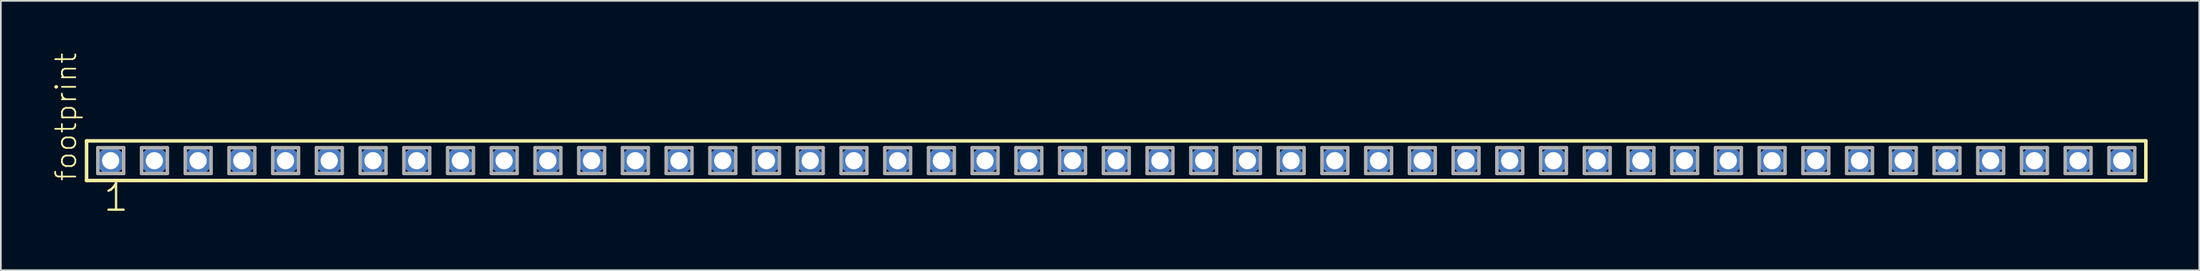
<source format=kicad_pcb>
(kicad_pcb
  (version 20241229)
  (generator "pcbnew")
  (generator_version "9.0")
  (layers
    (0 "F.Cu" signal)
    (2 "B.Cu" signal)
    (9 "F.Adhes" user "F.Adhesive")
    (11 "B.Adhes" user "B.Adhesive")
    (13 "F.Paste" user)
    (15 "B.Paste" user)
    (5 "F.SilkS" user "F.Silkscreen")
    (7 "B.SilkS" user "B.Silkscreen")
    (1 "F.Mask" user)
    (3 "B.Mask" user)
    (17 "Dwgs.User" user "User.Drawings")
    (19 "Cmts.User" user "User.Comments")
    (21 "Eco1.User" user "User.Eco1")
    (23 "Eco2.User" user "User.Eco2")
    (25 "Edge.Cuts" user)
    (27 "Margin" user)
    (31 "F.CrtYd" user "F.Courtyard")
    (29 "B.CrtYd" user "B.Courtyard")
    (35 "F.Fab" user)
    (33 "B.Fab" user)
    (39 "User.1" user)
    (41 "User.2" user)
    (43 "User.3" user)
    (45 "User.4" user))
  (footprint "footprint"
    (layer "F.Cu")
    (at 61.798 6.312)
    (property "Reference" "footprint" (at -60.325 1.27 90) (layer "F.SilkS") (effects (font (size 1.168 1.168) (thickness 0.102)) (justify left bottom)))
    (fp_line (start -59.819 -1.155) (end 59.819 -1.155) (stroke (width 0.203) (type solid)) (layer "F.SilkS"))
    (fp_line (start -59.819 1.155) (end -59.819 -1.155) (stroke (width 0.203) (type solid)) (layer "F.SilkS"))
    (fp_line (start 59.819 -1.155) (end 59.819 1.155) (stroke (width 0.203) (type solid)) (layer "F.SilkS"))
    (fp_line (start 59.819 1.155) (end -59.819 1.155) (stroke (width 0.203) (type solid)) (layer "F.SilkS"))
    (fp_line (start -59.165 -0.755) (end -57.665 -0.755) (stroke (width 0.203) (type solid)) (layer "F.Fab"))
    (fp_line (start -59.165 0.745) (end -59.165 -0.755) (stroke (width 0.203) (type solid)) (layer "F.Fab"))
    (fp_line (start -57.665 -0.755) (end -57.665 0.745) (stroke (width 0.203) (type solid)) (layer "F.Fab"))
    (fp_line (start -57.665 0.745) (end -59.165 0.745) (stroke (width 0.203) (type solid)) (layer "F.Fab"))
    (fp_line (start -56.625 -0.755) (end -55.125 -0.755) (stroke (width 0.203) (type solid)) (layer "F.Fab"))
    (fp_line (start -56.625 0.745) (end -56.625 -0.755) (stroke (width 0.203) (type solid)) (layer "F.Fab"))
    (fp_line (start -55.125 -0.755) (end -55.125 0.745) (stroke (width 0.203) (type solid)) (layer "F.Fab"))
    (fp_line (start -55.125 0.745) (end -56.625 0.745) (stroke (width 0.203) (type solid)) (layer "F.Fab"))
    (fp_line (start -54.085 -0.755) (end -52.585 -0.755) (stroke (width 0.203) (type solid)) (layer "F.Fab"))
    (fp_line (start -54.085 0.745) (end -54.085 -0.755) (stroke (width 0.203) (type solid)) (layer "F.Fab"))
    (fp_line (start -52.585 -0.755) (end -52.585 0.745) (stroke (width 0.203) (type solid)) (layer "F.Fab"))
    (fp_line (start -52.585 0.745) (end -54.085 0.745) (stroke (width 0.203) (type solid)) (layer "F.Fab"))
    (fp_line (start -51.545 -0.755) (end -50.045 -0.755) (stroke (width 0.203) (type solid)) (layer "F.Fab"))
    (fp_line (start -51.545 0.745) (end -51.545 -0.755) (stroke (width 0.203) (type solid)) (layer "F.Fab"))
    (fp_line (start -50.045 -0.755) (end -50.045 0.745) (stroke (width 0.203) (type solid)) (layer "F.Fab"))
    (fp_line (start -50.045 0.745) (end -51.545 0.745) (stroke (width 0.203) (type solid)) (layer "F.Fab"))
    (fp_line (start -49.005 -0.755) (end -47.505 -0.755) (stroke (width 0.203) (type solid)) (layer "F.Fab"))
    (fp_line (start -49.005 0.745) (end -49.005 -0.755) (stroke (width 0.203) (type solid)) (layer "F.Fab"))
    (fp_line (start -47.505 -0.755) (end -47.505 0.745) (stroke (width 0.203) (type solid)) (layer "F.Fab"))
    (fp_line (start -47.505 0.745) (end -49.005 0.745) (stroke (width 0.203) (type solid)) (layer "F.Fab"))
    (fp_line (start -46.465 -0.755) (end -44.965 -0.755) (stroke (width 0.203) (type solid)) (layer "F.Fab"))
    (fp_line (start -46.465 0.745) (end -46.465 -0.755) (stroke (width 0.203) (type solid)) (layer "F.Fab"))
    (fp_line (start -44.965 -0.755) (end -44.965 0.745) (stroke (width 0.203) (type solid)) (layer "F.Fab"))
    (fp_line (start -44.965 0.745) (end -46.465 0.745) (stroke (width 0.203) (type solid)) (layer "F.Fab"))
    (fp_line (start -43.925 -0.755) (end -42.425 -0.755) (stroke (width 0.203) (type solid)) (layer "F.Fab"))
    (fp_line (start -43.925 0.745) (end -43.925 -0.755) (stroke (width 0.203) (type solid)) (layer "F.Fab"))
    (fp_line (start -42.425 -0.755) (end -42.425 0.745) (stroke (width 0.203) (type solid)) (layer "F.Fab"))
    (fp_line (start -42.425 0.745) (end -43.925 0.745) (stroke (width 0.203) (type solid)) (layer "F.Fab"))
    (fp_line (start -41.385 -0.755) (end -39.885 -0.755) (stroke (width 0.203) (type solid)) (layer "F.Fab"))
    (fp_line (start -41.385 0.745) (end -41.385 -0.755) (stroke (width 0.203) (type solid)) (layer "F.Fab"))
    (fp_line (start -39.885 -0.755) (end -39.885 0.745) (stroke (width 0.203) (type solid)) (layer "F.Fab"))
    (fp_line (start -39.885 0.745) (end -41.385 0.745) (stroke (width 0.203) (type solid)) (layer "F.Fab"))
    (fp_line (start -38.845 -0.755) (end -37.345 -0.755) (stroke (width 0.203) (type solid)) (layer "F.Fab"))
    (fp_line (start -38.845 0.745) (end -38.845 -0.755) (stroke (width 0.203) (type solid)) (layer "F.Fab"))
    (fp_line (start -37.345 -0.755) (end -37.345 0.745) (stroke (width 0.203) (type solid)) (layer "F.Fab"))
    (fp_line (start -37.345 0.745) (end -38.845 0.745) (stroke (width 0.203) (type solid)) (layer "F.Fab"))
    (fp_line (start -36.305 -0.755) (end -34.805 -0.755) (stroke (width 0.203) (type solid)) (layer "F.Fab"))
    (fp_line (start -36.305 0.745) (end -36.305 -0.755) (stroke (width 0.203) (type solid)) (layer "F.Fab"))
    (fp_line (start -34.805 -0.755) (end -34.805 0.745) (stroke (width 0.203) (type solid)) (layer "F.Fab"))
    (fp_line (start -34.805 0.745) (end -36.305 0.745) (stroke (width 0.203) (type solid)) (layer "F.Fab"))
    (fp_line (start -33.765 -0.755) (end -32.265 -0.755) (stroke (width 0.203) (type solid)) (layer "F.Fab"))
    (fp_line (start -33.765 0.745) (end -33.765 -0.755) (stroke (width 0.203) (type solid)) (layer "F.Fab"))
    (fp_line (start -32.265 -0.755) (end -32.265 0.745) (stroke (width 0.203) (type solid)) (layer "F.Fab"))
    (fp_line (start -32.265 0.745) (end -33.765 0.745) (stroke (width 0.203) (type solid)) (layer "F.Fab"))
    (fp_line (start -31.225 -0.755) (end -29.725 -0.755) (stroke (width 0.203) (type solid)) (layer "F.Fab"))
    (fp_line (start -31.225 0.745) (end -31.225 -0.755) (stroke (width 0.203) (type solid)) (layer "F.Fab"))
    (fp_line (start -29.725 -0.755) (end -29.725 0.745) (stroke (width 0.203) (type solid)) (layer "F.Fab"))
    (fp_line (start -29.725 0.745) (end -31.225 0.745) (stroke (width 0.203) (type solid)) (layer "F.Fab"))
    (fp_line (start -28.685 -0.755) (end -27.185 -0.755) (stroke (width 0.203) (type solid)) (layer "F.Fab"))
    (fp_line (start -28.685 0.745) (end -28.685 -0.755) (stroke (width 0.203) (type solid)) (layer "F.Fab"))
    (fp_line (start -27.185 -0.755) (end -27.185 0.745) (stroke (width 0.203) (type solid)) (layer "F.Fab"))
    (fp_line (start -27.185 0.745) (end -28.685 0.745) (stroke (width 0.203) (type solid)) (layer "F.Fab"))
    (fp_line (start -26.145 -0.755) (end -24.645 -0.755) (stroke (width 0.203) (type solid)) (layer "F.Fab"))
    (fp_line (start -26.145 0.745) (end -26.145 -0.755) (stroke (width 0.203) (type solid)) (layer "F.Fab"))
    (fp_line (start -24.645 -0.755) (end -24.645 0.745) (stroke (width 0.203) (type solid)) (layer "F.Fab"))
    (fp_line (start -24.645 0.745) (end -26.145 0.745) (stroke (width 0.203) (type solid)) (layer "F.Fab"))
    (fp_line (start -23.605 -0.755) (end -22.105 -0.755) (stroke (width 0.203) (type solid)) (layer "F.Fab"))
    (fp_line (start -23.605 0.745) (end -23.605 -0.755) (stroke (width 0.203) (type solid)) (layer "F.Fab"))
    (fp_line (start -22.105 -0.755) (end -22.105 0.745) (stroke (width 0.203) (type solid)) (layer "F.Fab"))
    (fp_line (start -22.105 0.745) (end -23.605 0.745) (stroke (width 0.203) (type solid)) (layer "F.Fab"))
    (fp_line (start -21.065 -0.755) (end -19.565 -0.755) (stroke (width 0.203) (type solid)) (layer "F.Fab"))
    (fp_line (start -21.065 0.745) (end -21.065 -0.755) (stroke (width 0.203) (type solid)) (layer "F.Fab"))
    (fp_line (start -19.565 -0.755) (end -19.565 0.745) (stroke (width 0.203) (type solid)) (layer "F.Fab"))
    (fp_line (start -19.565 0.745) (end -21.065 0.745) (stroke (width 0.203) (type solid)) (layer "F.Fab"))
    (fp_line (start -18.525 -0.755) (end -17.025 -0.755) (stroke (width 0.203) (type solid)) (layer "F.Fab"))
    (fp_line (start -18.525 0.745) (end -18.525 -0.755) (stroke (width 0.203) (type solid)) (layer "F.Fab"))
    (fp_line (start -17.025 -0.755) (end -17.025 0.745) (stroke (width 0.203) (type solid)) (layer "F.Fab"))
    (fp_line (start -17.025 0.745) (end -18.525 0.745) (stroke (width 0.203) (type solid)) (layer "F.Fab"))
    (fp_line (start -15.985 -0.755) (end -14.485 -0.755) (stroke (width 0.203) (type solid)) (layer "F.Fab"))
    (fp_line (start -15.985 0.745) (end -15.985 -0.755) (stroke (width 0.203) (type solid)) (layer "F.Fab"))
    (fp_line (start -14.485 -0.755) (end -14.485 0.745) (stroke (width 0.203) (type solid)) (layer "F.Fab"))
    (fp_line (start -14.485 0.745) (end -15.985 0.745) (stroke (width 0.203) (type solid)) (layer "F.Fab"))
    (fp_line (start -13.445 -0.755) (end -11.945 -0.755) (stroke (width 0.203) (type solid)) (layer "F.Fab"))
    (fp_line (start -13.445 0.745) (end -13.445 -0.755) (stroke (width 0.203) (type solid)) (layer "F.Fab"))
    (fp_line (start -11.945 -0.755) (end -11.945 0.745) (stroke (width 0.203) (type solid)) (layer "F.Fab"))
    (fp_line (start -11.945 0.745) (end -13.445 0.745) (stroke (width 0.203) (type solid)) (layer "F.Fab"))
    (fp_line (start -10.905 -0.755) (end -9.405 -0.755) (stroke (width 0.203) (type solid)) (layer "F.Fab"))
    (fp_line (start -10.905 0.745) (end -10.905 -0.755) (stroke (width 0.203) (type solid)) (layer "F.Fab"))
    (fp_line (start -9.405 -0.755) (end -9.405 0.745) (stroke (width 0.203) (type solid)) (layer "F.Fab"))
    (fp_line (start -9.405 0.745) (end -10.905 0.745) (stroke (width 0.203) (type solid)) (layer "F.Fab"))
    (fp_line (start -8.365 -0.755) (end -6.865 -0.755) (stroke (width 0.203) (type solid)) (layer "F.Fab"))
    (fp_line (start -8.365 0.745) (end -8.365 -0.755) (stroke (width 0.203) (type solid)) (layer "F.Fab"))
    (fp_line (start -6.865 -0.755) (end -6.865 0.745) (stroke (width 0.203) (type solid)) (layer "F.Fab"))
    (fp_line (start -6.865 0.745) (end -8.365 0.745) (stroke (width 0.203) (type solid)) (layer "F.Fab"))
    (fp_line (start -5.825 -0.755) (end -4.325 -0.755) (stroke (width 0.203) (type solid)) (layer "F.Fab"))
    (fp_line (start -5.825 0.745) (end -5.825 -0.755) (stroke (width 0.203) (type solid)) (layer "F.Fab"))
    (fp_line (start -4.325 -0.755) (end -4.325 0.745) (stroke (width 0.203) (type solid)) (layer "F.Fab"))
    (fp_line (start -4.325 0.745) (end -5.825 0.745) (stroke (width 0.203) (type solid)) (layer "F.Fab"))
    (fp_line (start -3.285 -0.755) (end -1.785 -0.755) (stroke (width 0.203) (type solid)) (layer "F.Fab"))
    (fp_line (start -3.285 0.745) (end -3.285 -0.755) (stroke (width 0.203) (type solid)) (layer "F.Fab"))
    (fp_line (start -1.785 -0.755) (end -1.785 0.745) (stroke (width 0.203) (type solid)) (layer "F.Fab"))
    (fp_line (start -1.785 0.745) (end -3.285 0.745) (stroke (width 0.203) (type solid)) (layer "F.Fab"))
    (fp_line (start -0.745 -0.755) (end 0.755 -0.755) (stroke (width 0.203) (type solid)) (layer "F.Fab"))
    (fp_line (start -0.745 0.745) (end -0.745 -0.755) (stroke (width 0.203) (type solid)) (layer "F.Fab"))
    (fp_line (start 0.755 -0.755) (end 0.755 0.745) (stroke (width 0.203) (type solid)) (layer "F.Fab"))
    (fp_line (start 0.755 0.745) (end -0.745 0.745) (stroke (width 0.203) (type solid)) (layer "F.Fab"))
    (fp_line (start 1.795 -0.755) (end 3.295 -0.755) (stroke (width 0.203) (type solid)) (layer "F.Fab"))
    (fp_line (start 1.795 0.745) (end 1.795 -0.755) (stroke (width 0.203) (type solid)) (layer "F.Fab"))
    (fp_line (start 3.295 -0.755) (end 3.295 0.745) (stroke (width 0.203) (type solid)) (layer "F.Fab"))
    (fp_line (start 3.295 0.745) (end 1.795 0.745) (stroke (width 0.203) (type solid)) (layer "F.Fab"))
    (fp_line (start 4.335 -0.755) (end 5.835 -0.755) (stroke (width 0.203) (type solid)) (layer "F.Fab"))
    (fp_line (start 4.335 0.745) (end 4.335 -0.755) (stroke (width 0.203) (type solid)) (layer "F.Fab"))
    (fp_line (start 5.835 -0.755) (end 5.835 0.745) (stroke (width 0.203) (type solid)) (layer "F.Fab"))
    (fp_line (start 5.835 0.745) (end 4.335 0.745) (stroke (width 0.203) (type solid)) (layer "F.Fab"))
    (fp_line (start 6.875 -0.755) (end 8.375 -0.755) (stroke (width 0.203) (type solid)) (layer "F.Fab"))
    (fp_line (start 6.875 0.745) (end 6.875 -0.755) (stroke (width 0.203) (type solid)) (layer "F.Fab"))
    (fp_line (start 8.375 -0.755) (end 8.375 0.745) (stroke (width 0.203) (type solid)) (layer "F.Fab"))
    (fp_line (start 8.375 0.745) (end 6.875 0.745) (stroke (width 0.203) (type solid)) (layer "F.Fab"))
    (fp_line (start 9.415 -0.755) (end 10.915 -0.755) (stroke (width 0.203) (type solid)) (layer "F.Fab"))
    (fp_line (start 9.415 0.745) (end 9.415 -0.755) (stroke (width 0.203) (type solid)) (layer "F.Fab"))
    (fp_line (start 10.915 -0.755) (end 10.915 0.745) (stroke (width 0.203) (type solid)) (layer "F.Fab"))
    (fp_line (start 10.915 0.745) (end 9.415 0.745) (stroke (width 0.203) (type solid)) (layer "F.Fab"))
    (fp_line (start 11.955 -0.755) (end 13.455 -0.755) (stroke (width 0.203) (type solid)) (layer "F.Fab"))
    (fp_line (start 11.955 0.745) (end 11.955 -0.755) (stroke (width 0.203) (type solid)) (layer "F.Fab"))
    (fp_line (start 13.455 -0.755) (end 13.455 0.745) (stroke (width 0.203) (type solid)) (layer "F.Fab"))
    (fp_line (start 13.455 0.745) (end 11.955 0.745) (stroke (width 0.203) (type solid)) (layer "F.Fab"))
    (fp_line (start 14.495 -0.755) (end 15.995 -0.755) (stroke (width 0.203) (type solid)) (layer "F.Fab"))
    (fp_line (start 14.495 0.745) (end 14.495 -0.755) (stroke (width 0.203) (type solid)) (layer "F.Fab"))
    (fp_line (start 15.995 -0.755) (end 15.995 0.745) (stroke (width 0.203) (type solid)) (layer "F.Fab"))
    (fp_line (start 15.995 0.745) (end 14.495 0.745) (stroke (width 0.203) (type solid)) (layer "F.Fab"))
    (fp_line (start 17.035 -0.755) (end 18.535 -0.755) (stroke (width 0.203) (type solid)) (layer "F.Fab"))
    (fp_line (start 17.035 0.745) (end 17.035 -0.755) (stroke (width 0.203) (type solid)) (layer "F.Fab"))
    (fp_line (start 18.535 -0.755) (end 18.535 0.745) (stroke (width 0.203) (type solid)) (layer "F.Fab"))
    (fp_line (start 18.535 0.745) (end 17.035 0.745) (stroke (width 0.203) (type solid)) (layer "F.Fab"))
    (fp_line (start 19.575 -0.755) (end 21.075 -0.755) (stroke (width 0.203) (type solid)) (layer "F.Fab"))
    (fp_line (start 19.575 0.745) (end 19.575 -0.755) (stroke (width 0.203) (type solid)) (layer "F.Fab"))
    (fp_line (start 21.075 -0.755) (end 21.075 0.745) (stroke (width 0.203) (type solid)) (layer "F.Fab"))
    (fp_line (start 21.075 0.745) (end 19.575 0.745) (stroke (width 0.203) (type solid)) (layer "F.Fab"))
    (fp_line (start 22.115 -0.755) (end 23.615 -0.755) (stroke (width 0.203) (type solid)) (layer "F.Fab"))
    (fp_line (start 22.115 0.745) (end 22.115 -0.755) (stroke (width 0.203) (type solid)) (layer "F.Fab"))
    (fp_line (start 23.615 -0.755) (end 23.615 0.745) (stroke (width 0.203) (type solid)) (layer "F.Fab"))
    (fp_line (start 23.615 0.745) (end 22.115 0.745) (stroke (width 0.203) (type solid)) (layer "F.Fab"))
    (fp_line (start 24.655 -0.755) (end 26.155 -0.755) (stroke (width 0.203) (type solid)) (layer "F.Fab"))
    (fp_line (start 24.655 0.745) (end 24.655 -0.755) (stroke (width 0.203) (type solid)) (layer "F.Fab"))
    (fp_line (start 26.155 -0.755) (end 26.155 0.745) (stroke (width 0.203) (type solid)) (layer "F.Fab"))
    (fp_line (start 26.155 0.745) (end 24.655 0.745) (stroke (width 0.203) (type solid)) (layer "F.Fab"))
    (fp_line (start 27.195 -0.755) (end 28.695 -0.755) (stroke (width 0.203) (type solid)) (layer "F.Fab"))
    (fp_line (start 27.195 0.745) (end 27.195 -0.755) (stroke (width 0.203) (type solid)) (layer "F.Fab"))
    (fp_line (start 28.695 -0.755) (end 28.695 0.745) (stroke (width 0.203) (type solid)) (layer "F.Fab"))
    (fp_line (start 28.695 0.745) (end 27.195 0.745) (stroke (width 0.203) (type solid)) (layer "F.Fab"))
    (fp_line (start 29.735 -0.755) (end 31.235 -0.755) (stroke (width 0.203) (type solid)) (layer "F.Fab"))
    (fp_line (start 29.735 0.745) (end 29.735 -0.755) (stroke (width 0.203) (type solid)) (layer "F.Fab"))
    (fp_line (start 31.235 -0.755) (end 31.235 0.745) (stroke (width 0.203) (type solid)) (layer "F.Fab"))
    (fp_line (start 31.235 0.745) (end 29.735 0.745) (stroke (width 0.203) (type solid)) (layer "F.Fab"))
    (fp_line (start 32.275 -0.755) (end 33.775 -0.755) (stroke (width 0.203) (type solid)) (layer "F.Fab"))
    (fp_line (start 32.275 0.745) (end 32.275 -0.755) (stroke (width 0.203) (type solid)) (layer "F.Fab"))
    (fp_line (start 33.775 -0.755) (end 33.775 0.745) (stroke (width 0.203) (type solid)) (layer "F.Fab"))
    (fp_line (start 33.775 0.745) (end 32.275 0.745) (stroke (width 0.203) (type solid)) (layer "F.Fab"))
    (fp_line (start 34.815 -0.755) (end 36.315 -0.755) (stroke (width 0.203) (type solid)) (layer "F.Fab"))
    (fp_line (start 34.815 0.745) (end 34.815 -0.755) (stroke (width 0.203) (type solid)) (layer "F.Fab"))
    (fp_line (start 36.315 -0.755) (end 36.315 0.745) (stroke (width 0.203) (type solid)) (layer "F.Fab"))
    (fp_line (start 36.315 0.745) (end 34.815 0.745) (stroke (width 0.203) (type solid)) (layer "F.Fab"))
    (fp_line (start 37.355 -0.755) (end 38.855 -0.755) (stroke (width 0.203) (type solid)) (layer "F.Fab"))
    (fp_line (start 37.355 0.745) (end 37.355 -0.755) (stroke (width 0.203) (type solid)) (layer "F.Fab"))
    (fp_line (start 38.855 -0.755) (end 38.855 0.745) (stroke (width 0.203) (type solid)) (layer "F.Fab"))
    (fp_line (start 38.855 0.745) (end 37.355 0.745) (stroke (width 0.203) (type solid)) (layer "F.Fab"))
    (fp_line (start 39.895 -0.755) (end 41.395 -0.755) (stroke (width 0.203) (type solid)) (layer "F.Fab"))
    (fp_line (start 39.895 0.745) (end 39.895 -0.755) (stroke (width 0.203) (type solid)) (layer "F.Fab"))
    (fp_line (start 41.395 -0.755) (end 41.395 0.745) (stroke (width 0.203) (type solid)) (layer "F.Fab"))
    (fp_line (start 41.395 0.745) (end 39.895 0.745) (stroke (width 0.203) (type solid)) (layer "F.Fab"))
    (fp_line (start 42.435 -0.755) (end 43.935 -0.755) (stroke (width 0.203) (type solid)) (layer "F.Fab"))
    (fp_line (start 42.435 0.745) (end 42.435 -0.755) (stroke (width 0.203) (type solid)) (layer "F.Fab"))
    (fp_line (start 43.935 -0.755) (end 43.935 0.745) (stroke (width 0.203) (type solid)) (layer "F.Fab"))
    (fp_line (start 43.935 0.745) (end 42.435 0.745) (stroke (width 0.203) (type solid)) (layer "F.Fab"))
    (fp_line (start 44.975 -0.755) (end 46.475 -0.755) (stroke (width 0.203) (type solid)) (layer "F.Fab"))
    (fp_line (start 44.975 0.745) (end 44.975 -0.755) (stroke (width 0.203) (type solid)) (layer "F.Fab"))
    (fp_line (start 46.475 -0.755) (end 46.475 0.745) (stroke (width 0.203) (type solid)) (layer "F.Fab"))
    (fp_line (start 46.475 0.745) (end 44.975 0.745) (stroke (width 0.203) (type solid)) (layer "F.Fab"))
    (fp_line (start 47.515 -0.755) (end 49.015 -0.755) (stroke (width 0.203) (type solid)) (layer "F.Fab"))
    (fp_line (start 47.515 0.745) (end 47.515 -0.755) (stroke (width 0.203) (type solid)) (layer "F.Fab"))
    (fp_line (start 49.015 -0.755) (end 49.015 0.745) (stroke (width 0.203) (type solid)) (layer "F.Fab"))
    (fp_line (start 49.015 0.745) (end 47.515 0.745) (stroke (width 0.203) (type solid)) (layer "F.Fab"))
    (fp_line (start 50.055 -0.755) (end 51.555 -0.755) (stroke (width 0.203) (type solid)) (layer "F.Fab"))
    (fp_line (start 50.055 0.745) (end 50.055 -0.755) (stroke (width 0.203) (type solid)) (layer "F.Fab"))
    (fp_line (start 51.555 -0.755) (end 51.555 0.745) (stroke (width 0.203) (type solid)) (layer "F.Fab"))
    (fp_line (start 51.555 0.745) (end 50.055 0.745) (stroke (width 0.203) (type solid)) (layer "F.Fab"))
    (fp_line (start 52.595 -0.755) (end 54.095 -0.755) (stroke (width 0.203) (type solid)) (layer "F.Fab"))
    (fp_line (start 52.595 0.745) (end 52.595 -0.755) (stroke (width 0.203) (type solid)) (layer "F.Fab"))
    (fp_line (start 54.095 -0.755) (end 54.095 0.745) (stroke (width 0.203) (type solid)) (layer "F.Fab"))
    (fp_line (start 54.095 0.745) (end 52.595 0.745) (stroke (width 0.203) (type solid)) (layer "F.Fab"))
    (fp_line (start 55.135 -0.755) (end 56.635 -0.755) (stroke (width 0.203) (type solid)) (layer "F.Fab"))
    (fp_line (start 55.135 0.745) (end 55.135 -0.755) (stroke (width 0.203) (type solid)) (layer "F.Fab"))
    (fp_line (start 56.635 -0.755) (end 56.635 0.745) (stroke (width 0.203) (type solid)) (layer "F.Fab"))
    (fp_line (start 56.635 0.745) (end 55.135 0.745) (stroke (width 0.203) (type solid)) (layer "F.Fab"))
    (fp_line (start 57.675 -0.755) (end 59.175 -0.755) (stroke (width 0.203) (type solid)) (layer "F.Fab"))
    (fp_line (start 57.675 0.745) (end 57.675 -0.755) (stroke (width 0.203) (type solid)) (layer "F.Fab"))
    (fp_line (start 59.175 -0.755) (end 59.175 0.745) (stroke (width 0.203) (type solid)) (layer "F.Fab"))
    (fp_line (start 59.175 0.745) (end 57.675 0.745) (stroke (width 0.203) (type solid)) (layer "F.Fab"))
    (fp_text user "1" (at -58.928 3.048 0) (layer "F.SilkS") (effects (font (size 1.542 1.542) (thickness 0.134)) (justify left bottom)))
    (pad "1" thru_hole roundrect (at -58.42 0) (size 1.5 1.5) (drill 1) (layers "*.Cu" "*.Mask") (roundrect_rratio 0.25) (chamfer_ratio 0.25) (chamfer top_left top_right bottom_left bottom_right))
    (pad "2" thru_hole roundrect (at -55.88 0) (size 1.5 1.5) (drill 1) (layers "*.Cu" "*.Mask") (roundrect_rratio 0.25) (chamfer_ratio 0.25) (chamfer top_left top_right bottom_left bottom_right))
    (pad "3" thru_hole roundrect (at -53.34 0) (size 1.5 1.5) (drill 1) (layers "*.Cu" "*.Mask") (roundrect_rratio 0.25) (chamfer_ratio 0.25) (chamfer top_left top_right bottom_left bottom_right))
    (pad "4" thru_hole roundrect (at -50.8 0) (size 1.5 1.5) (drill 1) (layers "*.Cu" "*.Mask") (roundrect_rratio 0.25) (chamfer_ratio 0.25) (chamfer top_left top_right bottom_left bottom_right))
    (pad "5" thru_hole roundrect (at -48.26 0) (size 1.5 1.5) (drill 1) (layers "*.Cu" "*.Mask") (roundrect_rratio 0.25) (chamfer_ratio 0.25) (chamfer top_left top_right bottom_left bottom_right))
    (pad "6" thru_hole roundrect (at -45.72 0) (size 1.5 1.5) (drill 1) (layers "*.Cu" "*.Mask") (roundrect_rratio 0.25) (chamfer_ratio 0.25) (chamfer top_left top_right bottom_left bottom_right))
    (pad "7" thru_hole roundrect (at -43.18 0) (size 1.5 1.5) (drill 1) (layers "*.Cu" "*.Mask") (roundrect_rratio 0.25) (chamfer_ratio 0.25) (chamfer top_left top_right bottom_left bottom_right))
    (pad "8" thru_hole roundrect (at -40.64 0) (size 1.5 1.5) (drill 1) (layers "*.Cu" "*.Mask") (roundrect_rratio 0.25) (chamfer_ratio 0.25) (chamfer top_left top_right bottom_left bottom_right))
    (pad "9" thru_hole roundrect (at -38.1 0) (size 1.5 1.5) (drill 1) (layers "*.Cu" "*.Mask") (roundrect_rratio 0.25) (chamfer_ratio 0.25) (chamfer top_left top_right bottom_left bottom_right))
    (pad "10" thru_hole roundrect (at -35.56 0) (size 1.5 1.5) (drill 1) (layers "*.Cu" "*.Mask") (roundrect_rratio 0.25) (chamfer_ratio 0.25) (chamfer top_left top_right bottom_left bottom_right))
    (pad "11" thru_hole roundrect (at -33.02 0) (size 1.5 1.5) (drill 1) (layers "*.Cu" "*.Mask") (roundrect_rratio 0.25) (chamfer_ratio 0.25) (chamfer top_left top_right bottom_left bottom_right))
    (pad "12" thru_hole roundrect (at -30.48 0) (size 1.5 1.5) (drill 1) (layers "*.Cu" "*.Mask") (roundrect_rratio 0.25) (chamfer_ratio 0.25) (chamfer top_left top_right bottom_left bottom_right))
    (pad "13" thru_hole roundrect (at -27.94 0) (size 1.5 1.5) (drill 1) (layers "*.Cu" "*.Mask") (roundrect_rratio 0.25) (chamfer_ratio 0.25) (chamfer top_left top_right bottom_left bottom_right))
    (pad "14" thru_hole roundrect (at -25.4 0) (size 1.5 1.5) (drill 1) (layers "*.Cu" "*.Mask") (roundrect_rratio 0.25) (chamfer_ratio 0.25) (chamfer top_left top_right bottom_left bottom_right))
    (pad "15" thru_hole roundrect (at -22.86 0) (size 1.5 1.5) (drill 1) (layers "*.Cu" "*.Mask") (roundrect_rratio 0.25) (chamfer_ratio 0.25) (chamfer top_left top_right bottom_left bottom_right))
    (pad "16" thru_hole roundrect (at -20.32 0) (size 1.5 1.5) (drill 1) (layers "*.Cu" "*.Mask") (roundrect_rratio 0.25) (chamfer_ratio 0.25) (chamfer top_left top_right bottom_left bottom_right))
    (pad "17" thru_hole roundrect (at -17.78 0) (size 1.5 1.5) (drill 1) (layers "*.Cu" "*.Mask") (roundrect_rratio 0.25) (chamfer_ratio 0.25) (chamfer top_left top_right bottom_left bottom_right))
    (pad "18" thru_hole roundrect (at -15.24 0) (size 1.5 1.5) (drill 1) (layers "*.Cu" "*.Mask") (roundrect_rratio 0.25) (chamfer_ratio 0.25) (chamfer top_left top_right bottom_left bottom_right))
    (pad "19" thru_hole roundrect (at -12.7 0) (size 1.5 1.5) (drill 1) (layers "*.Cu" "*.Mask") (roundrect_rratio 0.25) (chamfer_ratio 0.25) (chamfer top_left top_right bottom_left bottom_right))
    (pad "20" thru_hole roundrect (at -10.16 0) (size 1.5 1.5) (drill 1) (layers "*.Cu" "*.Mask") (roundrect_rratio 0.25) (chamfer_ratio 0.25) (chamfer top_left top_right bottom_left bottom_right))
    (pad "21" thru_hole roundrect (at -7.62 0) (size 1.5 1.5) (drill 1) (layers "*.Cu" "*.Mask") (roundrect_rratio 0.25) (chamfer_ratio 0.25) (chamfer top_left top_right bottom_left bottom_right))
    (pad "22" thru_hole roundrect (at -5.08 0) (size 1.5 1.5) (drill 1) (layers "*.Cu" "*.Mask") (roundrect_rratio 0.25) (chamfer_ratio 0.25) (chamfer top_left top_right bottom_left bottom_right))
    (pad "23" thru_hole roundrect (at -2.54 0) (size 1.5 1.5) (drill 1) (layers "*.Cu" "*.Mask") (roundrect_rratio 0.25) (chamfer_ratio 0.25) (chamfer top_left top_right bottom_left bottom_right))
    (pad "24" thru_hole roundrect (at 0 0) (size 1.5 1.5) (drill 1) (layers "*.Cu" "*.Mask") (roundrect_rratio 0.25) (chamfer_ratio 0.25) (chamfer top_left top_right bottom_left bottom_right))
    (pad "25" thru_hole roundrect (at 2.54 0) (size 1.5 1.5) (drill 1) (layers "*.Cu" "*.Mask") (roundrect_rratio 0.25) (chamfer_ratio 0.25) (chamfer top_left top_right bottom_left bottom_right))
    (pad "26" thru_hole roundrect (at 5.08 0) (size 1.5 1.5) (drill 1) (layers "*.Cu" "*.Mask") (roundrect_rratio 0.25) (chamfer_ratio 0.25) (chamfer top_left top_right bottom_left bottom_right))
    (pad "27" thru_hole roundrect (at 7.62 0) (size 1.5 1.5) (drill 1) (layers "*.Cu" "*.Mask") (roundrect_rratio 0.25) (chamfer_ratio 0.25) (chamfer top_left top_right bottom_left bottom_right))
    (pad "28" thru_hole roundrect (at 10.16 0) (size 1.5 1.5) (drill 1) (layers "*.Cu" "*.Mask") (roundrect_rratio 0.25) (chamfer_ratio 0.25) (chamfer top_left top_right bottom_left bottom_right))
    (pad "29" thru_hole roundrect (at 12.7 0) (size 1.5 1.5) (drill 1) (layers "*.Cu" "*.Mask") (roundrect_rratio 0.25) (chamfer_ratio 0.25) (chamfer top_left top_right bottom_left bottom_right))
    (pad "30" thru_hole roundrect (at 15.24 0) (size 1.5 1.5) (drill 1) (layers "*.Cu" "*.Mask") (roundrect_rratio 0.25) (chamfer_ratio 0.25) (chamfer top_left top_right bottom_left bottom_right))
    (pad "31" thru_hole roundrect (at 17.78 0) (size 1.5 1.5) (drill 1) (layers "*.Cu" "*.Mask") (roundrect_rratio 0.25) (chamfer_ratio 0.25) (chamfer top_left top_right bottom_left bottom_right))
    (pad "32" thru_hole roundrect (at 20.32 0) (size 1.5 1.5) (drill 1) (layers "*.Cu" "*.Mask") (roundrect_rratio 0.25) (chamfer_ratio 0.25) (chamfer top_left top_right bottom_left bottom_right))
    (pad "33" thru_hole roundrect (at 22.86 0) (size 1.5 1.5) (drill 1) (layers "*.Cu" "*.Mask") (roundrect_rratio 0.25) (chamfer_ratio 0.25) (chamfer top_left top_right bottom_left bottom_right))
    (pad "34" thru_hole roundrect (at 25.4 0) (size 1.5 1.5) (drill 1) (layers "*.Cu" "*.Mask") (roundrect_rratio 0.25) (chamfer_ratio 0.25) (chamfer top_left top_right bottom_left bottom_right))
    (pad "35" thru_hole roundrect (at 27.94 0) (size 1.5 1.5) (drill 1) (layers "*.Cu" "*.Mask") (roundrect_rratio 0.25) (chamfer_ratio 0.25) (chamfer top_left top_right bottom_left bottom_right))
    (pad "36" thru_hole roundrect (at 30.48 0) (size 1.5 1.5) (drill 1) (layers "*.Cu" "*.Mask") (roundrect_rratio 0.25) (chamfer_ratio 0.25) (chamfer top_left top_right bottom_left bottom_right))
    (pad "37" thru_hole roundrect (at 33.02 0) (size 1.5 1.5) (drill 1) (layers "*.Cu" "*.Mask") (roundrect_rratio 0.25) (chamfer_ratio 0.25) (chamfer top_left top_right bottom_left bottom_right))
    (pad "38" thru_hole roundrect (at 35.56 0) (size 1.5 1.5) (drill 1) (layers "*.Cu" "*.Mask") (roundrect_rratio 0.25) (chamfer_ratio 0.25) (chamfer top_left top_right bottom_left bottom_right))
    (pad "39" thru_hole roundrect (at 38.1 0) (size 1.5 1.5) (drill 1) (layers "*.Cu" "*.Mask") (roundrect_rratio 0.25) (chamfer_ratio 0.25) (chamfer top_left top_right bottom_left bottom_right))
    (pad "40" thru_hole roundrect (at 40.64 0) (size 1.5 1.5) (drill 1) (layers "*.Cu" "*.Mask") (roundrect_rratio 0.25) (chamfer_ratio 0.25) (chamfer top_left top_right bottom_left bottom_right))
    (pad "41" thru_hole roundrect (at 43.18 0) (size 1.5 1.5) (drill 1) (layers "*.Cu" "*.Mask") (roundrect_rratio 0.25) (chamfer_ratio 0.25) (chamfer top_left top_right bottom_left bottom_right))
    (pad "42" thru_hole roundrect (at 45.72 0) (size 1.5 1.5) (drill 1) (layers "*.Cu" "*.Mask") (roundrect_rratio 0.25) (chamfer_ratio 0.25) (chamfer top_left top_right bottom_left bottom_right))
    (pad "43" thru_hole roundrect (at 48.26 0) (size 1.5 1.5) (drill 1) (layers "*.Cu" "*.Mask") (roundrect_rratio 0.25) (chamfer_ratio 0.25) (chamfer top_left top_right bottom_left bottom_right))
    (pad "44" thru_hole roundrect (at 50.8 0) (size 1.5 1.5) (drill 1) (layers "*.Cu" "*.Mask") (roundrect_rratio 0.25) (chamfer_ratio 0.25) (chamfer top_left top_right bottom_left bottom_right))
    (pad "45" thru_hole roundrect (at 53.34 0) (size 1.5 1.5) (drill 1) (layers "*.Cu" "*.Mask") (roundrect_rratio 0.25) (chamfer_ratio 0.25) (chamfer top_left top_right bottom_left bottom_right))
    (pad "46" thru_hole roundrect (at 55.88 0) (size 1.5 1.5) (drill 1) (layers "*.Cu" "*.Mask") (roundrect_rratio 0.25) (chamfer_ratio 0.25) (chamfer top_left top_right bottom_left bottom_right))
    (pad "47" thru_hole roundrect (at 58.42 0) (size 1.5 1.5) (drill 1) (layers "*.Cu" "*.Mask") (roundrect_rratio 0.25) (chamfer_ratio 0.25) (chamfer top_left top_right bottom_left bottom_right)))
  (gr_rect
    (start -3 -3)
    (end 124.719 12.691)
    (stroke (width 0.1) (type default))
    (fill no)
    (layer "Edge.Cuts")))
</source>
